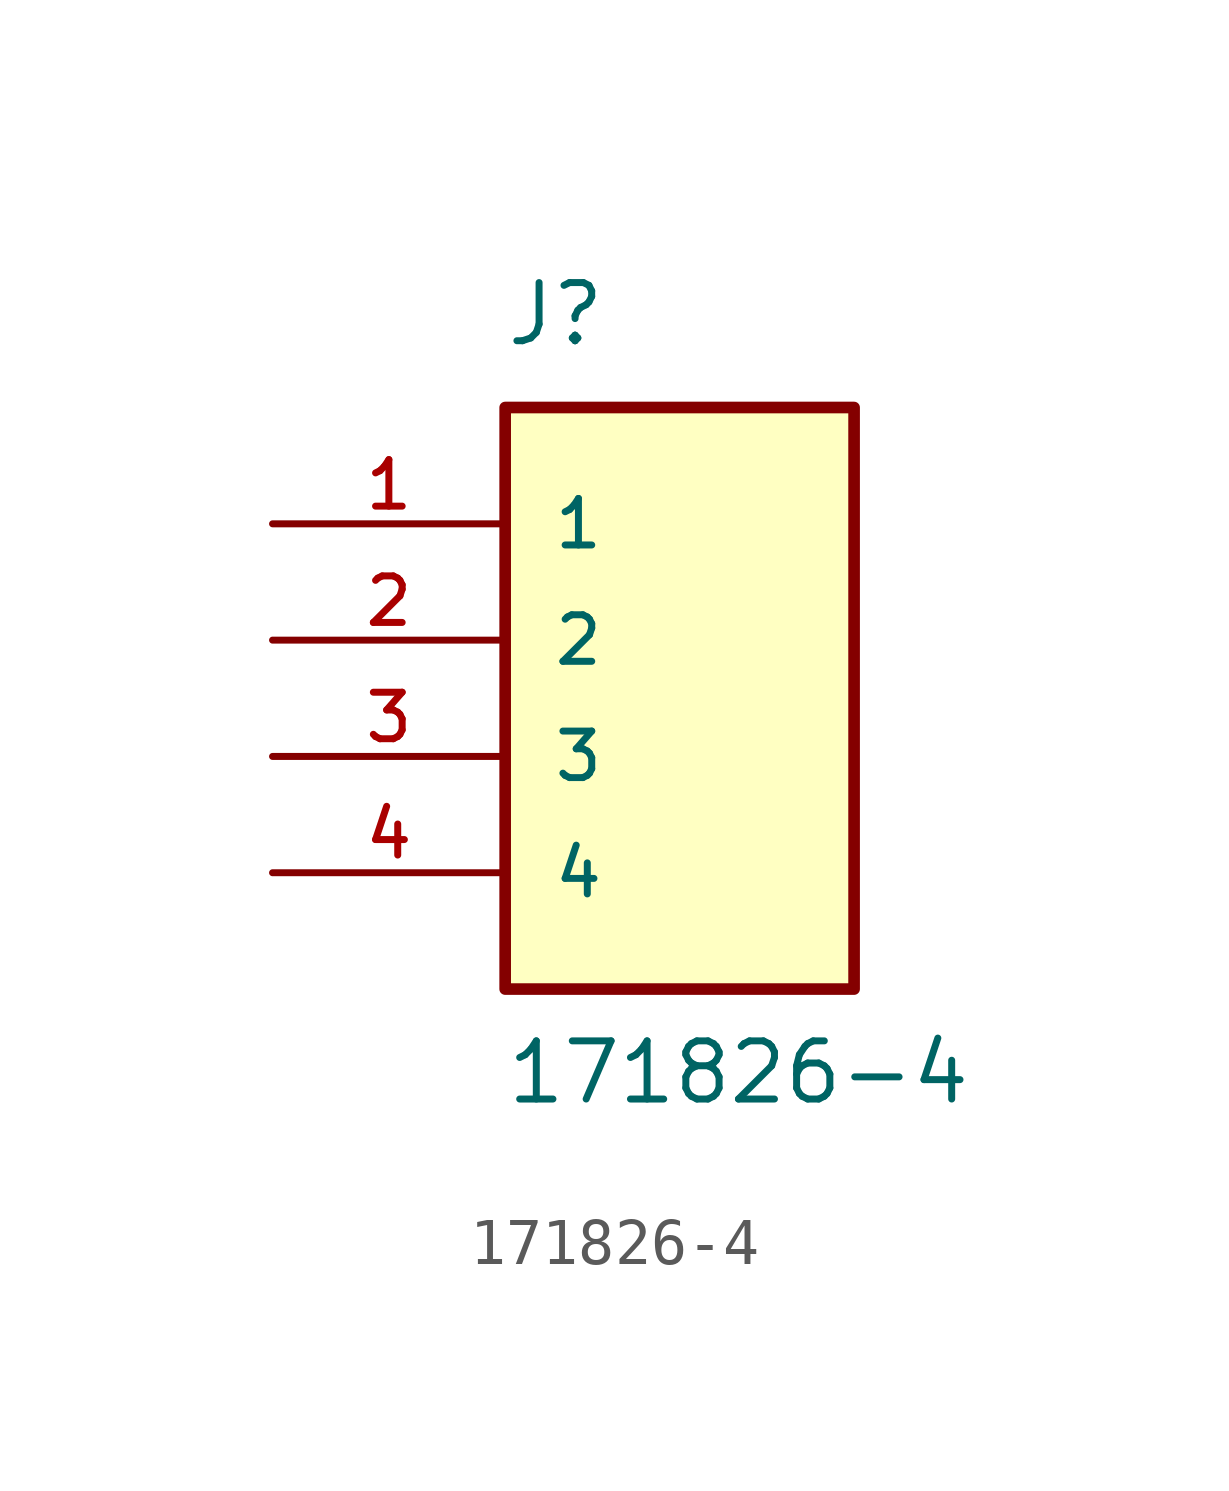
<source format=kicad_sym>
(kicad_symbol_lib
  (version 20211014)
  (generator kicad_symbol_editor)
  (symbol "171826-4"
    (pin_names
      (offset 1.016))
    (property "Reference" "J"
      (at -5.105 8.915 0)
      (effects (font (size 1.27 1.27)) (justify left bottom)))
    (property "Value" "171826-4"
      (at -5.105 -7.645 0)
      (effects (font (size 1.27 1.27)) (justify left bottom)))
    (property "ki_locked" ""
      (at 0 0 0)
      (effects (font (size 1.27 1.27))))
    (symbol "171826-4_0_0"
      (rectangle (start -5.08 -5.08) (end 2.54 7.62) (stroke (width 0.254) (type default) (color 0 0 0 0)) (fill (type background)))
      (pin passive line (at -10.16 5.08 0) (length 5.08) (name "1" (effects (font (size 1.016 1.016)))) (number "1" (effects (font (size 1.016 1.016)))))
      (pin passive line (at -10.16 2.54 0) (length 5.08) (name "2" (effects (font (size 1.016 1.016)))) (number "2" (effects (font (size 1.016 1.016)))))
      (pin passive line (at -10.16 0 0) (length 5.08) (name "3" (effects (font (size 1.016 1.016)))) (number "3" (effects (font (size 1.016 1.016)))))
      (pin passive line (at -10.16 -2.54 0) (length 5.08) (name "4" (effects (font (size 1.016 1.016)))) (number "4" (effects (font (size 1.016 1.016))))))))
</source>
